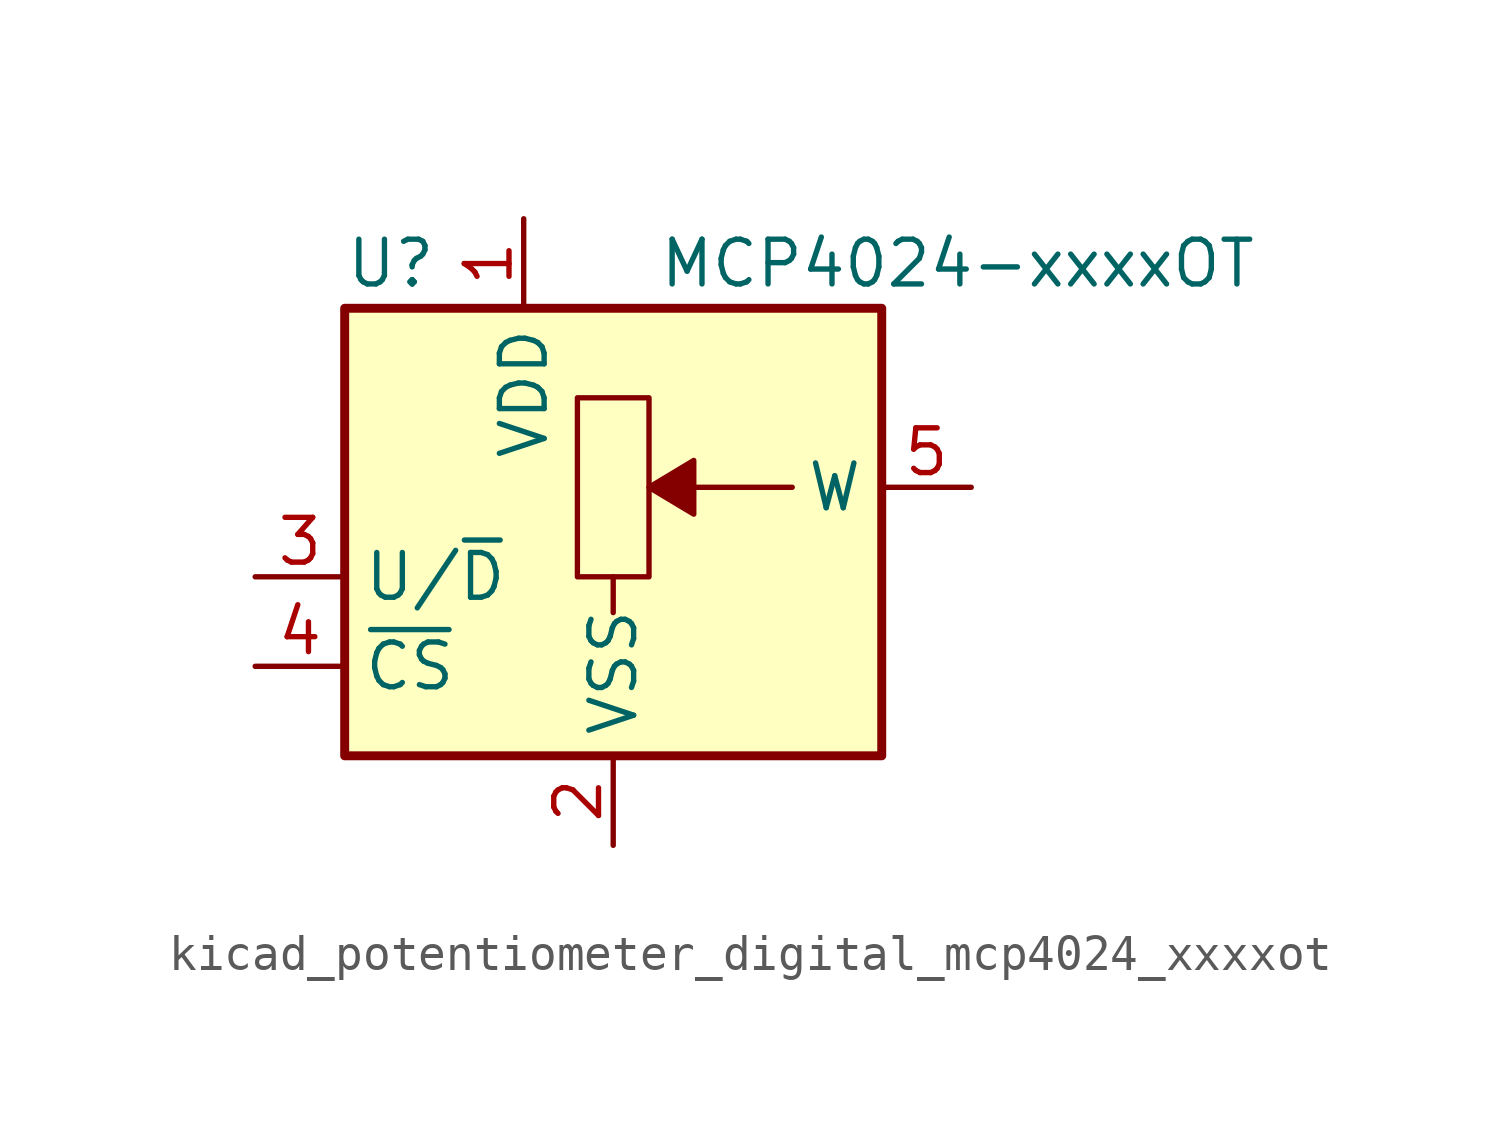
<source format=kicad_sym>
(kicad_symbol_lib
  (version 20220914)
  (generator kicad_symbol_editor)
  (symbol "kicad_potentiometer_digital_mcp4024_xxxxot"
    (property "Reference" "U"
      (at -7.62 8.89 0)
      (effects (font (size 1.27 1.27)) (justify left)))
    (property "Value" "MCP4024-xxxxOT"
      (at 1.27 8.89 0)
      (effects (font (size 1.27 1.27)) (justify left)))
    (symbol "kicad_potentiometer_digital_mcp4024_xxxxot_1_1"
      (rectangle (start -7.62 7.62) (end 7.62 -5.08) (stroke (width 0.254) (type default)) (fill (type background)))
      (polyline (pts (xy 0 0) (xy 0 -1.016)) (stroke (width 0) (type default)) (fill (type none)))
      (polyline (pts (xy 5.08 2.54) (xy 2.286 2.54)) (stroke (width 0) (type default)) (fill (type none)))
      (polyline (pts (xy 2.286 1.778) (xy 2.286 3.302) (xy 1.016 2.54) (xy 2.286 1.778)) (stroke (width 0) (type default)) (fill (type outline)))
      (rectangle (start 1.016 0) (end -1.016 5.08) (stroke (width 0) (type default)) (fill (type none)))
      (pin power_in line (at -2.54 10.16 270) (length 2.54) (name "VDD" (effects (font (size 1.27 1.27)))) (number "1" (effects (font (size 1.27 1.27)))))
      (pin power_in line (at 0 -7.62 90) (length 2.54) (name "VSS" (effects (font (size 1.27 1.27)))) (number "2" (effects (font (size 1.27 1.27)))))
      (pin input line (at -10.16 0 0) (length 2.54) (name "U/~{D}" (effects (font (size 1.27 1.27)))) (number "3" (effects (font (size 1.27 1.27)))))
      (pin input line (at -10.16 -2.54 0) (length 2.54) (name "~{CS}" (effects (font (size 1.27 1.27)))) (number "4" (effects (font (size 1.27 1.27)))))
      (pin passive line (at 10.16 2.54 180) (length 2.54) (name "W" (effects (font (size 1.27 1.27)))) (number "5" (effects (font (size 1.27 1.27))))))))
</source>
